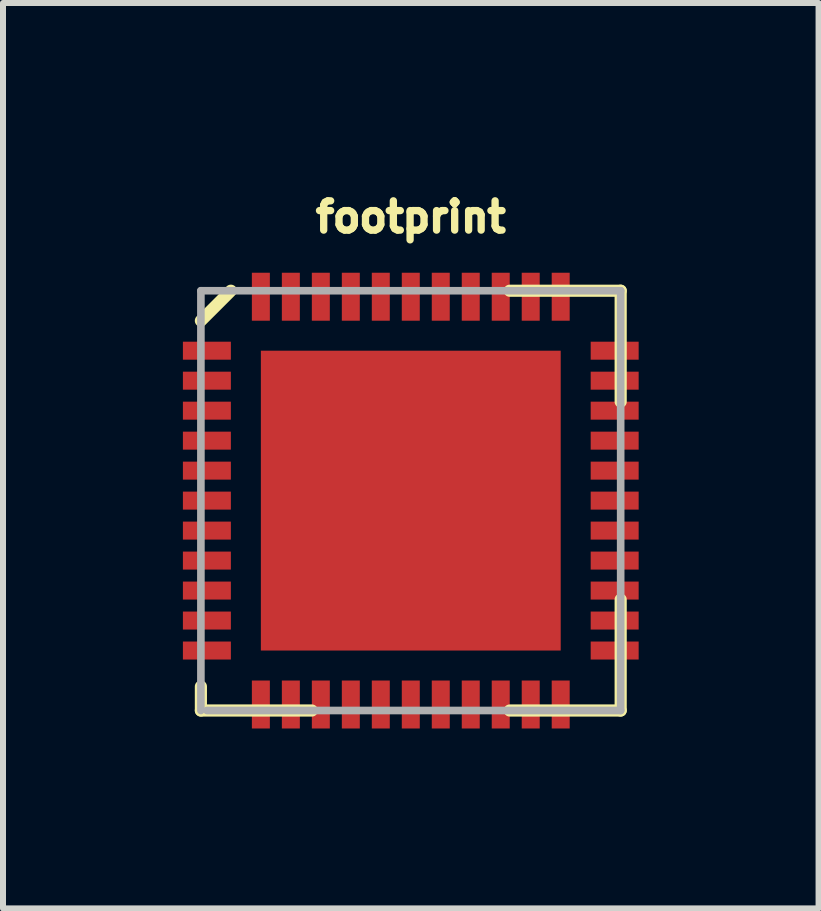
<source format=kicad_pcb>
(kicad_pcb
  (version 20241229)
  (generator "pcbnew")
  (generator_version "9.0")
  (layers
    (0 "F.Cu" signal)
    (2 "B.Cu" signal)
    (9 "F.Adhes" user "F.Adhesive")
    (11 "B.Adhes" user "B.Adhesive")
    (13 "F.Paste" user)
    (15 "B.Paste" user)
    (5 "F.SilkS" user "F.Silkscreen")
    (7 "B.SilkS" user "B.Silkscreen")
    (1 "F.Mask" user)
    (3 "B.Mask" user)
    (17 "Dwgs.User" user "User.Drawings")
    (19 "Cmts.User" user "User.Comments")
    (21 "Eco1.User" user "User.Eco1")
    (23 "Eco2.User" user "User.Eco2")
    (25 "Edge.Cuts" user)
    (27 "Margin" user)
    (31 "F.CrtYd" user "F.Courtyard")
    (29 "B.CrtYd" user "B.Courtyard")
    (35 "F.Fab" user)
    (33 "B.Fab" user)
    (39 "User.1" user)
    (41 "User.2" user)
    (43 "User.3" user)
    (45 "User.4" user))
  (footprint "footprint"
    (layer "F.Cu")
    (at 3.8 5.298)
    (property "Reference" "footprint" (at 0 -4.445 0) (layer "F.SilkS") (effects (font (size 0.488 0.488) (thickness 0.122)) (justify bottom)))
    (fp_poly (pts (xy -2.5 2.5) (xy 2.5 2.5) (xy 2.5 -2.5) (xy -2.5 -2.5)) (stroke (width 0) (type solid)) (fill yes) (layer "F.Cu"))
    (fp_poly (pts (xy -0.5 0.5) (xy 0.5 0.5) (xy 0.5 -0.5) (xy -0.5 -0.5)) (stroke (width 0) (type solid)) (fill yes) (layer "F.Mask"))
    (fp_line (start -3.5 3.5) (end -3.5 3.1) (stroke (width 0.203) (type solid)) (layer "F.SilkS"))
    (fp_line (start -3 -3.5) (end -3.5 -3) (stroke (width 0.203) (type solid)) (layer "F.SilkS"))
    (fp_line (start -1.65 3.5) (end -3.5 3.5) (stroke (width 0.203) (type solid)) (layer "F.SilkS"))
    (fp_line (start 1.65 3.5) (end 3.5 3.5) (stroke (width 0.203) (type solid)) (layer "F.SilkS"))
    (fp_line (start 3.5 -3.5) (end 1.65 -3.5) (stroke (width 0.203) (type solid)) (layer "F.SilkS"))
    (fp_line (start 3.5 -1.65) (end 3.5 -3.5) (stroke (width 0.203) (type solid)) (layer "F.SilkS"))
    (fp_line (start 3.5 1.65) (end 3.5 3.5) (stroke (width 0.203) (type solid)) (layer "F.SilkS"))
    (fp_line (start -3.5 -3.5) (end -3.5 3.5) (stroke (width 0.127) (type solid)) (layer "F.Fab"))
    (fp_line (start -3.4 3.5) (end 3.5 3.5) (stroke (width 0.127) (type solid)) (layer "F.Fab"))
    (fp_line (start 3.5 -3.5) (end -3.5 -3.5) (stroke (width 0.127) (type solid)) (layer "F.Fab"))
    (fp_line (start 3.5 3.5) (end 3.5 -3.5) (stroke (width 0.127) (type solid)) (layer "F.Fab"))
    (pad "1" smd rect (at -3.4 -2.5 180) (size 0.8 0.3) (layers "F.Cu" "F.Mask" "F.Paste"))
    (pad "2" smd rect (at -3.4 -2 180) (size 0.8 0.3) (layers "F.Cu" "F.Mask" "F.Paste"))
    (pad "3" smd rect (at -3.4 -1.5 180) (size 0.8 0.3) (layers "F.Cu" "F.Mask" "F.Paste"))
    (pad "4" smd rect (at -3.4 -1 180) (size 0.8 0.3) (layers "F.Cu" "F.Mask" "F.Paste"))
    (pad "5" smd rect (at -3.4 -0.5 180) (size 0.8 0.3) (layers "F.Cu" "F.Mask" "F.Paste"))
    (pad "6" smd rect (at -3.4 0 180) (size 0.8 0.3) (layers "F.Cu" "F.Mask" "F.Paste"))
    (pad "7" smd rect (at -3.4 0.5) (size 0.8 0.3) (layers "F.Cu" "F.Mask" "F.Paste"))
    (pad "8" smd rect (at -3.4 1) (size 0.8 0.3) (layers "F.Cu" "F.Mask" "F.Paste"))
    (pad "9" smd rect (at -3.4 1.5) (size 0.8 0.3) (layers "F.Cu" "F.Mask" "F.Paste"))
    (pad "10" smd rect (at -3.4 2) (size 0.8 0.3) (layers "F.Cu" "F.Mask" "F.Paste"))
    (pad "11" smd rect (at -3.4 2.5) (size 0.8 0.3) (layers "F.Cu" "F.Mask" "F.Paste"))
    (pad "12" smd rect (at -2.5 3.4 270) (size 0.8 0.3) (layers "F.Cu" "F.Mask" "F.Paste"))
    (pad "13" smd rect (at -2 3.4 270) (size 0.8 0.3) (layers "F.Cu" "F.Mask" "F.Paste"))
    (pad "14" smd rect (at -1.5 3.4 270) (size 0.8 0.3) (layers "F.Cu" "F.Mask" "F.Paste"))
    (pad "15" smd rect (at -1 3.4 270) (size 0.8 0.3) (layers "F.Cu" "F.Mask" "F.Paste"))
    (pad "16" smd rect (at -0.5 3.4 270) (size 0.8 0.3) (layers "F.Cu" "F.Mask" "F.Paste"))
    (pad "17" smd rect (at 0 3.4 270) (size 0.8 0.3) (layers "F.Cu" "F.Mask" "F.Paste"))
    (pad "18" smd rect (at 0.5 3.4 90) (size 0.8 0.3) (layers "F.Cu" "F.Mask" "F.Paste"))
    (pad "19" smd rect (at 1 3.4 90) (size 0.8 0.3) (layers "F.Cu" "F.Mask" "F.Paste"))
    (pad "20" smd rect (at 1.5 3.4 90) (size 0.8 0.3) (layers "F.Cu" "F.Mask" "F.Paste"))
    (pad "21" smd rect (at 2 3.4 90) (size 0.8 0.3) (layers "F.Cu" "F.Mask" "F.Paste"))
    (pad "22" smd rect (at 2.5 3.4 90) (size 0.8 0.3) (layers "F.Cu" "F.Mask" "F.Paste"))
    (pad "23" smd rect (at 3.4 2.5) (size 0.8 0.3) (layers "F.Cu" "F.Mask" "F.Paste"))
    (pad "24" smd rect (at 3.4 2) (size 0.8 0.3) (layers "F.Cu" "F.Mask" "F.Paste"))
    (pad "25" smd rect (at 3.4 1.5) (size 0.8 0.3) (layers "F.Cu" "F.Mask" "F.Paste"))
    (pad "26" smd rect (at 3.4 1) (size 0.8 0.3) (layers "F.Cu" "F.Mask" "F.Paste"))
    (pad "27" smd rect (at 3.4 0.5) (size 0.8 0.3) (layers "F.Cu" "F.Mask" "F.Paste"))
    (pad "28" smd rect (at 3.4 0) (size 0.8 0.3) (layers "F.Cu" "F.Mask" "F.Paste"))
    (pad "29" smd rect (at 3.4 -0.5 180) (size 0.8 0.3) (layers "F.Cu" "F.Mask" "F.Paste"))
    (pad "30" smd rect (at 3.4 -1 180) (size 0.8 0.3) (layers "F.Cu" "F.Mask" "F.Paste"))
    (pad "31" smd rect (at 3.4 -1.5 180) (size 0.8 0.3) (layers "F.Cu" "F.Mask" "F.Paste"))
    (pad "32" smd rect (at 3.4 -2 180) (size 0.8 0.3) (layers "F.Cu" "F.Mask" "F.Paste"))
    (pad "33" smd rect (at 3.4 -2.5 180) (size 0.8 0.3) (layers "F.Cu" "F.Mask" "F.Paste"))
    (pad "34" smd rect (at 2.5 -3.4 90) (size 0.8 0.3) (layers "F.Cu" "F.Mask" "F.Paste"))
    (pad "35" smd rect (at 2 -3.4 90) (size 0.8 0.3) (layers "F.Cu" "F.Mask" "F.Paste"))
    (pad "36" smd rect (at 1.5 -3.4 90) (size 0.8 0.3) (layers "F.Cu" "F.Mask" "F.Paste"))
    (pad "37" smd rect (at 1 -3.4 90) (size 0.8 0.3) (layers "F.Cu" "F.Mask" "F.Paste"))
    (pad "38" smd rect (at 0.5 -3.4 90) (size 0.8 0.3) (layers "F.Cu" "F.Mask" "F.Paste"))
    (pad "39" smd rect (at 0 -3.4 90) (size 0.8 0.3) (layers "F.Cu" "F.Mask" "F.Paste"))
    (pad "40" smd rect (at -0.5 -3.4 270) (size 0.8 0.3) (layers "F.Cu" "F.Mask" "F.Paste"))
    (pad "41" smd rect (at -1 -3.4 270) (size 0.8 0.3) (layers "F.Cu" "F.Mask" "F.Paste"))
    (pad "42" smd rect (at -1.5 -3.4 270) (size 0.8 0.3) (layers "F.Cu" "F.Mask" "F.Paste"))
    (pad "43" smd rect (at -2 -3.4 270) (size 0.8 0.3) (layers "F.Cu" "F.Mask" "F.Paste"))
    (pad "44" smd rect (at -2.5 -3.4 270) (size 0.8 0.3) (layers "F.Cu" "F.Mask" "F.Paste")))
  (gr_rect
    (start -3 -3)
    (end 10.6 12.098)
    (stroke (width 0.1) (type default))
    (fill no)
    (layer "Edge.Cuts")))
</source>
